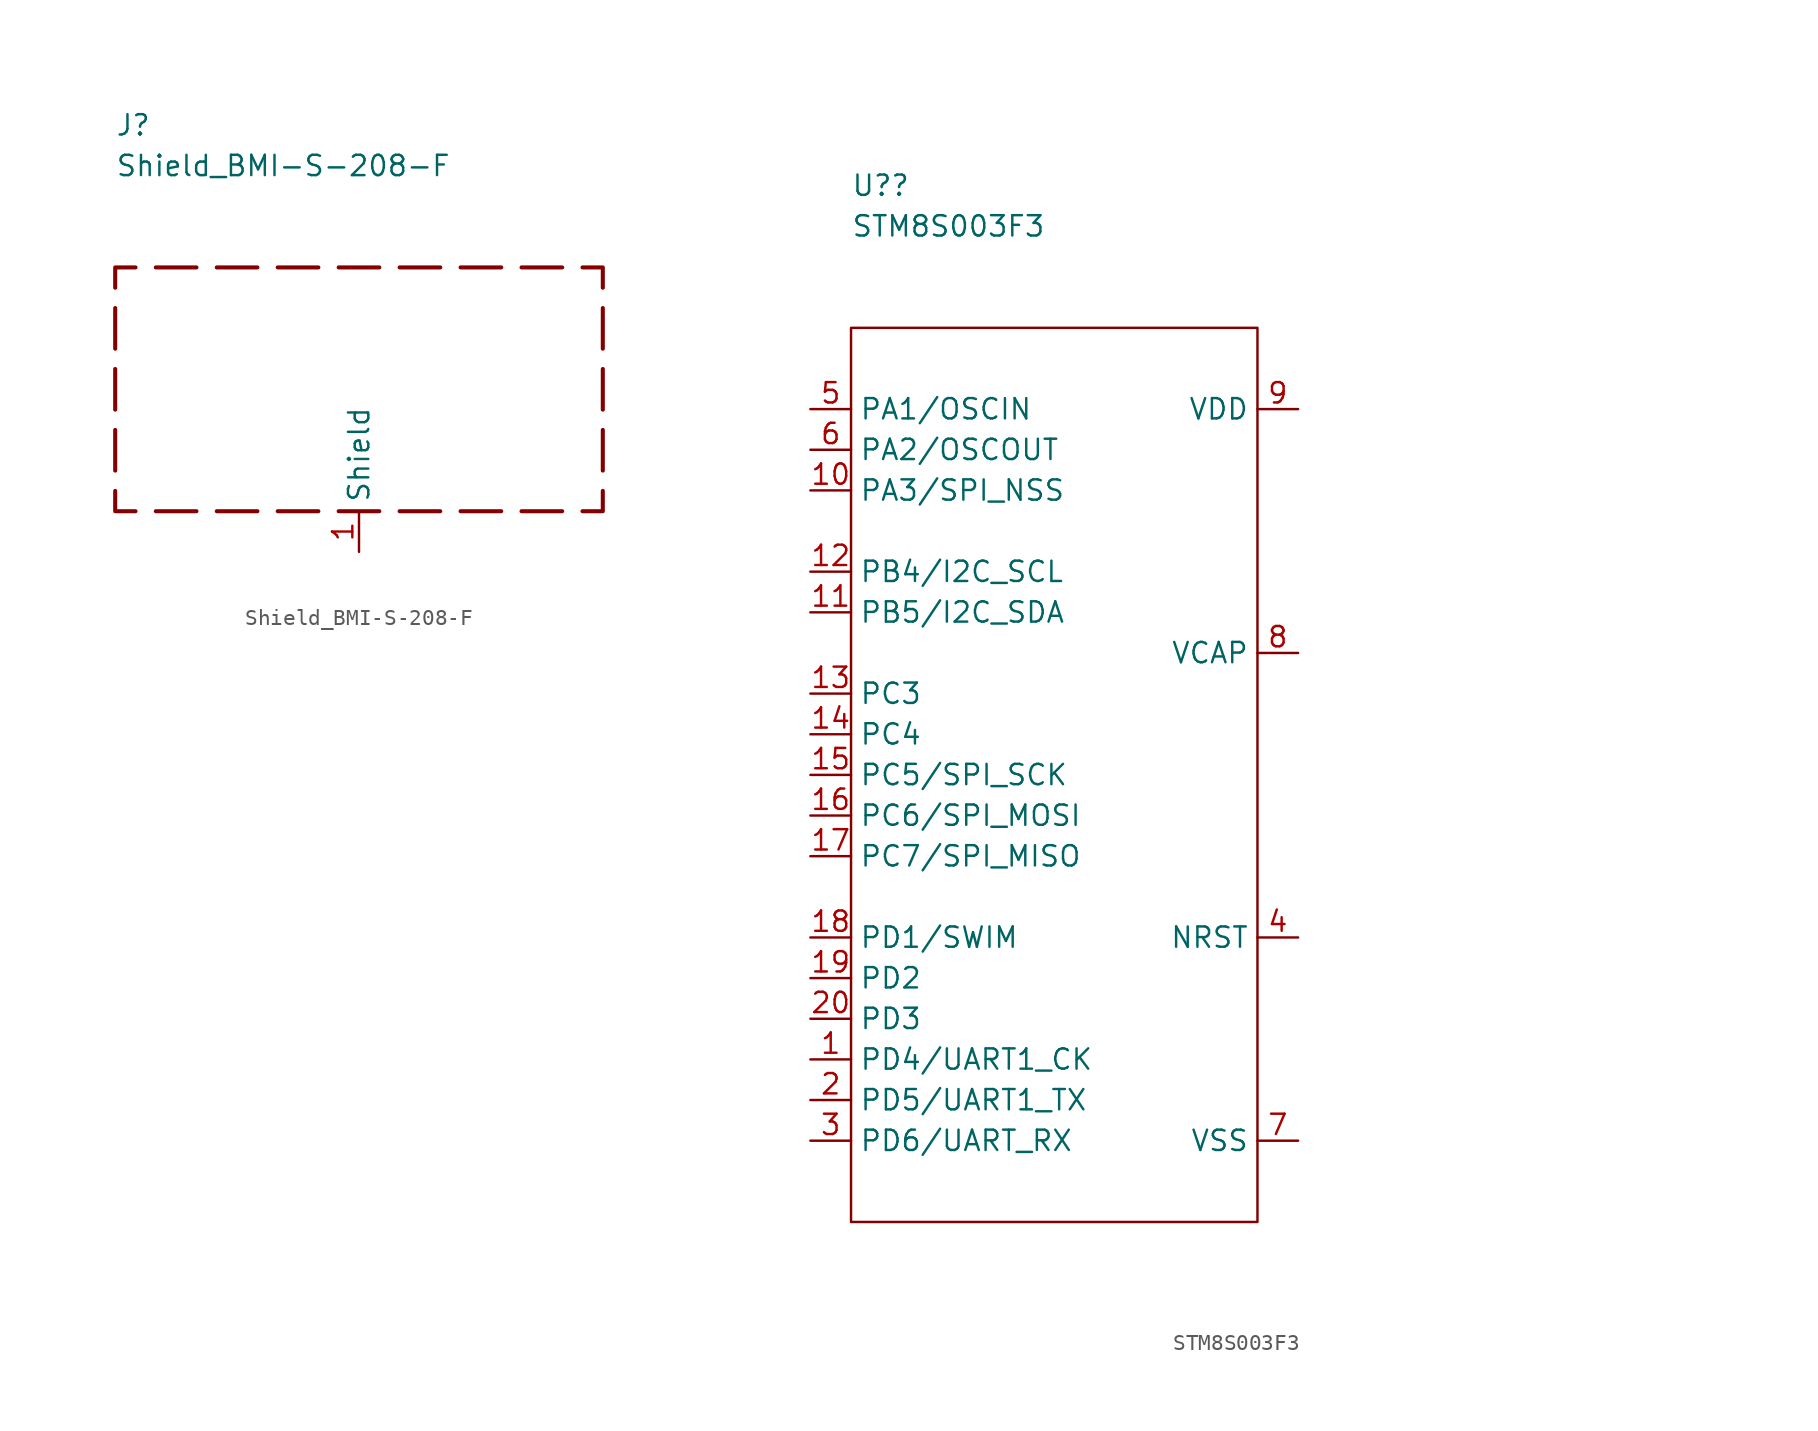
<source format=kicad_sym>
(kicad_symbol_lib
  (version 20211014)
  (generator kicad_symbol_editor)
  (symbol "Shield_BMI-S-208-F"
    (property "Reference" "J"
      (at 0 8.89 0)
      (effects (font (size 1.27 1.27)) (justify left)))
    (property "Value" "Shield_BMI-S-208-F"
      (at 0 6.35 0)
      (effects (font (size 1.27 1.27)) (justify left)))
    (symbol "Shield_BMI-S-208-F_0_1"
      (polyline (pts (xy 0 -12.7) (xy 0 -10.16)) (stroke (width 0.254) (type default) (color 0 0 0 0)) (fill (type none)))
      (polyline (pts (xy 0 -10.16) (xy 0 -12.7)) (stroke (width 0) (type default) (color 0 0 0 0)) (fill (type none)))
      (polyline (pts (xy 0 -8.89) (xy 0 -6.35)) (stroke (width 0.254) (type default) (color 0 0 0 0)) (fill (type none)))
      (polyline (pts (xy 0 -5.08) (xy 0 -2.54)) (stroke (width 0.254) (type default) (color 0 0 0 0)) (fill (type none)))
      (polyline (pts (xy 2.54 0) (xy 5.08 0)) (stroke (width 0.254) (type default) (color 0 0 0 0)) (fill (type none)))
      (polyline (pts (xy 5.08 -15.24) (xy 2.54 -15.24)) (stroke (width 0.254) (type default) (color 0 0 0 0)) (fill (type none)))
      (polyline (pts (xy 8.89 -15.24) (xy 6.35 -15.24)) (stroke (width 0.254) (type default) (color 0 0 0 0)) (fill (type none)))
      (polyline (pts (xy 8.89 0) (xy 6.35 0)) (stroke (width 0.254) (type default) (color 0 0 0 0)) (fill (type none)))
      (polyline (pts (xy 10.16 0) (xy 12.7 0)) (stroke (width 0) (type default) (color 0 0 0 0)) (fill (type none)))
      (polyline (pts (xy 12.7 -15.24) (xy 10.16 -15.24)) (stroke (width 0.254) (type default) (color 0 0 0 0)) (fill (type none)))
      (polyline (pts (xy 12.7 0) (xy 10.16 0)) (stroke (width 0.254) (type default) (color 0 0 0 0)) (fill (type none)))
      (polyline (pts (xy 13.97 -15.24) (xy 16.51 -15.24)) (stroke (width 0.254) (type default) (color 0 0 0 0)) (fill (type none)))
      (polyline (pts (xy 16.51 0) (xy 13.97 0)) (stroke (width 0.254) (type default) (color 0 0 0 0)) (fill (type none)))
      (polyline (pts (xy 17.78 -15.24) (xy 20.32 -15.24)) (stroke (width 0.254) (type default) (color 0 0 0 0)) (fill (type none)))
      (polyline (pts (xy 20.32 0) (xy 17.78 0)) (stroke (width 0.254) (type default) (color 0 0 0 0)) (fill (type none)))
      (polyline (pts (xy 21.59 -15.24) (xy 24.13 -15.24)) (stroke (width 0.254) (type default) (color 0 0 0 0)) (fill (type none)))
      (polyline (pts (xy 24.13 0) (xy 21.59 0)) (stroke (width 0.254) (type default) (color 0 0 0 0)) (fill (type none)))
      (polyline (pts (xy 25.4 -15.24) (xy 27.94 -15.24)) (stroke (width 0.254) (type default) (color 0 0 0 0)) (fill (type none)))
      (polyline (pts (xy 27.94 0) (xy 25.4 0)) (stroke (width 0.254) (type default) (color 0 0 0 0)) (fill (type none)))
      (polyline (pts (xy 30.48 -12.7) (xy 30.48 -10.16)) (stroke (width 0.254) (type default) (color 0 0 0 0)) (fill (type none)))
      (polyline (pts (xy 30.48 -8.89) (xy 30.48 -6.35)) (stroke (width 0.254) (type default) (color 0 0 0 0)) (fill (type none)))
      (polyline (pts (xy 30.48 -5.08) (xy 30.48 -2.54)) (stroke (width 0.254) (type default) (color 0 0 0 0)) (fill (type none)))
      (polyline (pts (xy 0 -1.27) (xy 0 0) (xy 1.27 0)) (stroke (width 0.254) (type default) (color 0 0 0 0)) (fill (type none)))
      (polyline (pts (xy 1.27 -15.24) (xy 0 -15.24) (xy 0 -13.97)) (stroke (width 0.254) (type default) (color 0 0 0 0)) (fill (type none)))
      (polyline (pts (xy 29.21 -15.24) (xy 30.48 -15.24) (xy 30.48 -13.97)) (stroke (width 0.254) (type default) (color 0 0 0 0)) (fill (type none)))
      (polyline (pts (xy 30.48 -1.27) (xy 30.48 0) (xy 29.21 0)) (stroke (width 0.254) (type default) (color 0 0 0 0)) (fill (type none))))
    (symbol "Shield_BMI-S-208-F_1_1"
      (pin passive line (at 15.24 -17.78 90) (length 2.54) (name "Shield" (effects (font (size 1.27 1.27)))) (number "1" (effects (font (size 1.27 1.27)))))))
  (symbol "STM8S003F3"
    (property "Reference" "U?"
      (at 0 8.89 0)
      (effects (font (size 1.27 1.27)) (justify left)))
    (property "Value" "STM8S003F3"
      (at 0 6.35 0)
      (effects (font (size 1.27 1.27)) (justify left)))
    (symbol "STM8S003F3_0_0"
      (text "" (at -2.54 -48.26 0) (effects (font (size 1.27 1.27))))
      (text "" (at -2.54 -40.64 0) (effects (font (size 1.27 1.27))))
      (text "" (at -2.54 -33.02 0) (effects (font (size 1.27 1.27))))
      (text "" (at -2.54 -25.4 0) (effects (font (size 1.27 1.27))))
      (text "" (at 2.54 -22.86 0) (effects (font (size 1.27 1.27))))
      (text "" (at 50.8 -33.02 0) (effects (font (size 1.27 1.27))))
      (text "" (at 50.8 -27.94 0) (effects (font (size 1.27 1.27))))
      (text "" (at 50.8 -20.32 0) (effects (font (size 1.27 1.27)))))
    (symbol "STM8S003F3_0_1"
      (rectangle (start 0 0) (end 25.4 -55.88) (stroke (width 0) (type default) (color 0 0 0 0)) (fill (type none))))
    (symbol "STM8S003F3_1_1"
      (pin passive line (at -2.54 -45.72 0) (length 2.54) (name "PD4/UART1_CK" (effects (font (size 1.27 1.27)))) (number "1" (effects (font (size 1.27 1.27)))))
      (pin passive line (at -2.54 -10.16 0) (length 2.54) (name "PA3/SPI_NSS" (effects (font (size 1.27 1.27)))) (number "10" (effects (font (size 1.27 1.27)))))
      (pin passive line (at -2.54 -17.78 0) (length 2.54) (name "PB5/I2C_SDA" (effects (font (size 1.27 1.27)))) (number "11" (effects (font (size 1.27 1.27)))))
      (pin passive line (at -2.54 -15.24 0) (length 2.54) (name "PB4/I2C_SCL" (effects (font (size 1.27 1.27)))) (number "12" (effects (font (size 1.27 1.27)))))
      (pin passive line (at -2.54 -22.86 0) (length 2.54) (name "PC3" (effects (font (size 1.27 1.27)))) (number "13" (effects (font (size 1.27 1.27)))))
      (pin passive line (at -2.54 -25.4 0) (length 2.54) (name "PC4" (effects (font (size 1.27 1.27)))) (number "14" (effects (font (size 1.27 1.27)))))
      (pin passive line (at -2.54 -27.94 0) (length 2.54) (name "PC5/SPI_SCK" (effects (font (size 1.27 1.27)))) (number "15" (effects (font (size 1.27 1.27)))))
      (pin passive line (at -2.54 -30.48 0) (length 2.54) (name "PC6/SPI_MOSI" (effects (font (size 1.27 1.27)))) (number "16" (effects (font (size 1.27 1.27)))))
      (pin passive line (at -2.54 -33.02 0) (length 2.54) (name "PC7/SPI_MISO" (effects (font (size 1.27 1.27)))) (number "17" (effects (font (size 1.27 1.27)))))
      (pin passive line (at -2.54 -38.1 0) (length 2.54) (name "PD1/SWIM" (effects (font (size 1.27 1.27)))) (number "18" (effects (font (size 1.27 1.27)))))
      (pin passive line (at -2.54 -40.64 0) (length 2.54) (name "PD2" (effects (font (size 1.27 1.27)))) (number "19" (effects (font (size 1.27 1.27)))))
      (pin passive line (at -2.54 -48.26 0) (length 2.54) (name "PD5/UART1_TX" (effects (font (size 1.27 1.27)))) (number "2" (effects (font (size 1.27 1.27)))))
      (pin passive line (at -2.54 -43.18 0) (length 2.54) (name "PD3" (effects (font (size 1.27 1.27)))) (number "20" (effects (font (size 1.27 1.27)))))
      (pin passive line (at -2.54 -50.8 0) (length 2.54) (name "PD6/UART_RX" (effects (font (size 1.27 1.27)))) (number "3" (effects (font (size 1.27 1.27)))))
      (pin passive line (at 27.94 -38.1 180) (length 2.54) (name "NRST" (effects (font (size 1.27 1.27)))) (number "4" (effects (font (size 1.27 1.27)))))
      (pin passive line (at -2.54 -5.08 0) (length 2.54) (name "PA1/OSCIN" (effects (font (size 1.27 1.27)))) (number "5" (effects (font (size 1.27 1.27)))))
      (pin passive line (at -2.54 -7.62 0) (length 2.54) (name "PA2/OSCOUT" (effects (font (size 1.27 1.27)))) (number "6" (effects (font (size 1.27 1.27)))))
      (pin passive line (at 27.94 -50.8 180) (length 2.54) (name "VSS" (effects (font (size 1.27 1.27)))) (number "7" (effects (font (size 1.27 1.27)))))
      (pin passive line (at 27.94 -20.32 180) (length 2.54) (name "VCAP" (effects (font (size 1.27 1.27)))) (number "8" (effects (font (size 1.27 1.27)))))
      (pin passive line (at 27.94 -5.08 180) (length 2.54) (name "VDD" (effects (font (size 1.27 1.27)))) (number "9" (effects (font (size 1.27 1.27))))))))
</source>
